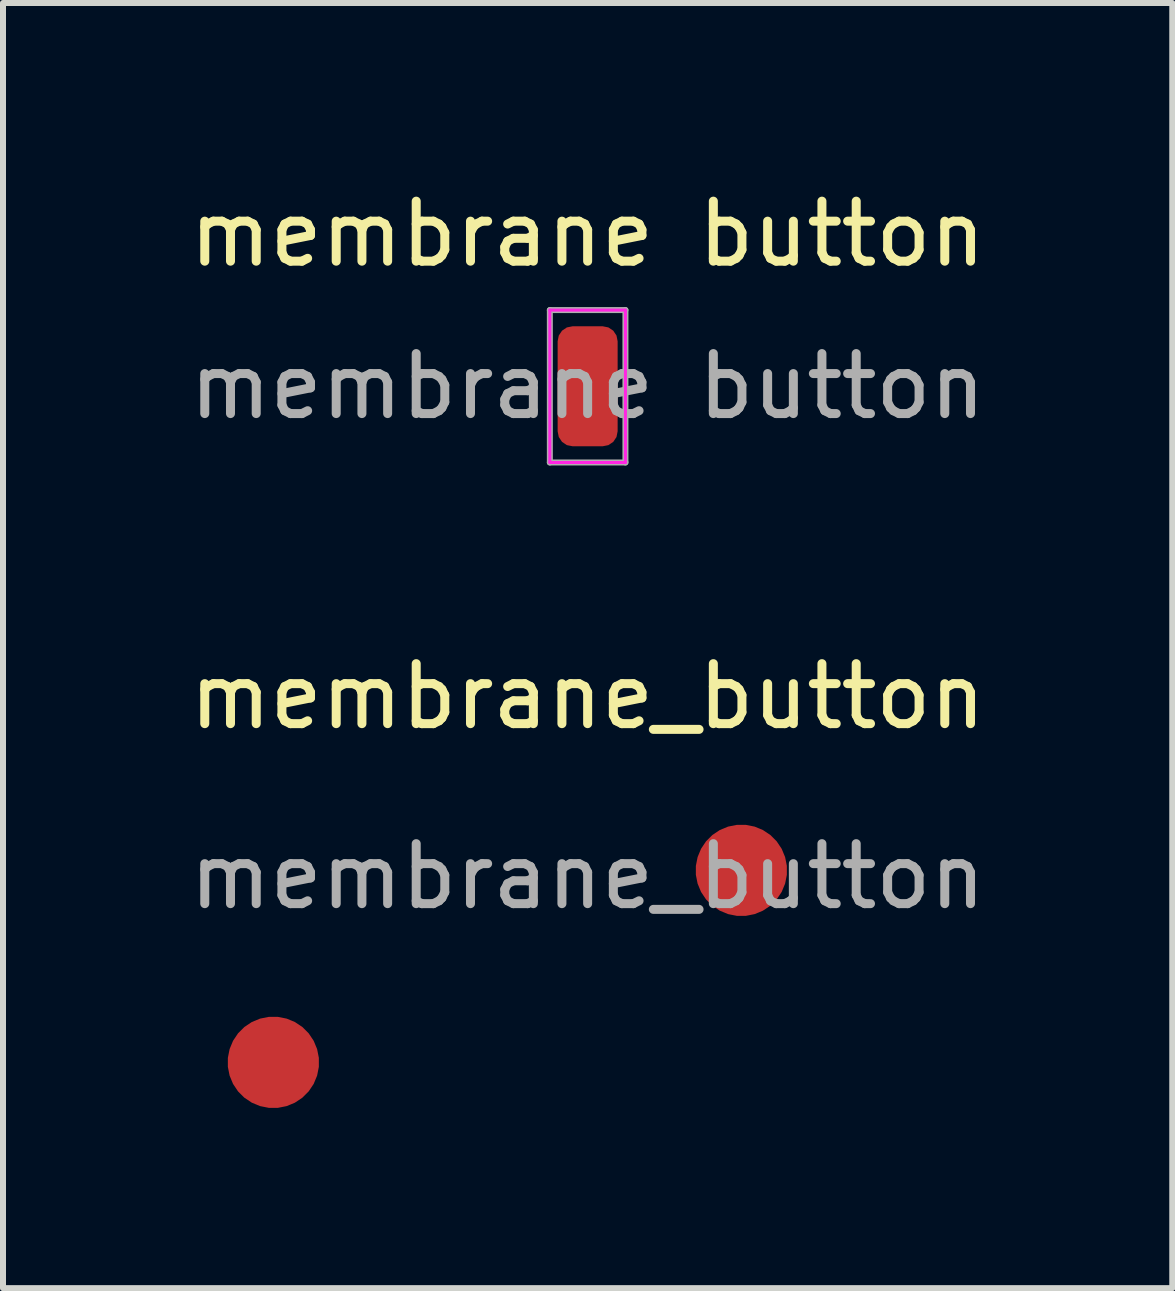
<source format=kicad_pcb>
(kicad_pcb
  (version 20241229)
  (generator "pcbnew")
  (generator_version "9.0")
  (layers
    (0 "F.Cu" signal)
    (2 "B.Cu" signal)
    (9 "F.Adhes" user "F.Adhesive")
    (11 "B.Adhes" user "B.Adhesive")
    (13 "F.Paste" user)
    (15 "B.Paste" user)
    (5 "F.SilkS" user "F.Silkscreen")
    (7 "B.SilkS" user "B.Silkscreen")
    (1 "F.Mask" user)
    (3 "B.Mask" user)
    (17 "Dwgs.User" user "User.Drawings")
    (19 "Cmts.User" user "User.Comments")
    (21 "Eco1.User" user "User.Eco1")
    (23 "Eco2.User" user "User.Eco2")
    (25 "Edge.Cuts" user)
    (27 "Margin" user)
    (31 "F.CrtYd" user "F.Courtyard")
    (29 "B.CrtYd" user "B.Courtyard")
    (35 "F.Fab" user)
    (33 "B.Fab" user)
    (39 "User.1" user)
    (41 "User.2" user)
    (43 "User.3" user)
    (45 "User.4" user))
  (footprint "membrane button"
    (layer "F.Cu")
    (at 6.744 3.388)
    (property "Reference" "membrane button" (at 0 -2.54 0) (layer "F.SilkS") (effects (font (size 1 1) (thickness 0.15))))
    (attr exclude_from_pos_files exclude_from_bom)
    (fp_line (start -0.63 -1.27) (end -0.63 1.27) (stroke (width 0.05) (type solid)) (layer "F.CrtYd"))
    (fp_line (start -0.63 1.27) (end 0.63 1.27) (stroke (width 0.05) (type solid)) (layer "F.CrtYd"))
    (fp_line (start 0.63 -1.27) (end -0.63 -1.27) (stroke (width 0.05) (type solid)) (layer "F.CrtYd"))
    (fp_line (start 0.63 1.27) (end 0.63 -1.27) (stroke (width 0.05) (type solid)) (layer "F.CrtYd"))
    (fp_line (start -0.63 -1.27) (end 0.63 -1.27) (stroke (width 0.1) (type solid)) (layer "F.Fab"))
    (fp_line (start -0.63 1.27) (end -0.63 -1.27) (stroke (width 0.1) (type solid)) (layer "F.Fab"))
    (fp_line (start 0.63 -1.27) (end 0.63 1.27) (stroke (width 0.1) (type solid)) (layer "F.Fab"))
    (fp_line (start 0.63 1.27) (end -0.63 1.27) (stroke (width 0.1) (type solid)) (layer "F.Fab"))
    (fp_text user "${REFERENCE}" (at 0 0 0) (layer "F.Fab") (effects (font (size 1 1) (thickness 0.15))))
    (pad "1" smd roundrect (at 0 0) (size 1 2) (layers "F.Cu" "F.Mask" "F.Paste") (roundrect_rratio 0.25)))
  (footprint "membrane_button"
    (layer "F.Cu")
    (at 9.306 10.656)
    (property "Reference" "membrane_button" (at -2.562 -2.1 0) (unlocked yes) (layer "F.SilkS") (effects (font (size 1 1) (thickness 0.15))))
    (fp_rect (start -6 1.8) (end -2.2 2.2) (stroke (width 0.2) (type solid)) (fill yes) (layer "F.Mask"))
    (fp_rect (start -6 3.4) (end -2.2 3.8) (stroke (width 0.2) (type solid)) (fill yes) (layer "F.Mask"))
    (fp_rect (start -5.962 0.2) (end -7.562 4.6) (stroke (width 0.2) (type solid)) (fill yes) (layer "F.Mask"))
    (fp_rect (start -5.962 0.2) (end -2.2 0.6) (stroke (width 0.2) (type solid)) (fill yes) (layer "F.Mask"))
    (fp_rect (start -5.6 2.6) (end -1.8 3) (stroke (width 0.2) (type solid)) (fill yes) (layer "F.Mask"))
    (fp_rect (start -1.8 1) (end -5.6 1.4) (stroke (width 0.2) (type solid)) (fill yes) (layer "F.Mask"))
    (fp_rect (start -1.8 4.2) (end -5.6 4.6) (stroke (width 0.2) (type solid)) (fill yes) (layer "F.Mask"))
    (fp_rect (start -0.2 0.2) (end -1.8 4.6) (stroke (width 0.2) (type solid)) (fill yes) (layer "F.Mask"))
    (fp_text user "${REFERENCE}" (at -2.562 0.9 0) (unlocked yes) (layer "F.Fab") (effects (font (size 1 1) (thickness 0.15))))
    (pad "1" smd custom (at -7.8 4) (size 1.524 1.524) (layers "F.Cu" "F.Mask") (options (anchor circle)) (primitives))
    (pad "2" smd custom (at 0 0.8) (size 1.524 1.524) (layers "F.Cu" "F.Mask") (options (anchor circle)) (primitives)))
  (gr_rect
    (start -3 -3)
    (end 16.488 18.419)
    (stroke (width 0.1) (type default))
    (fill no)
    (layer "Edge.Cuts")))
</source>
